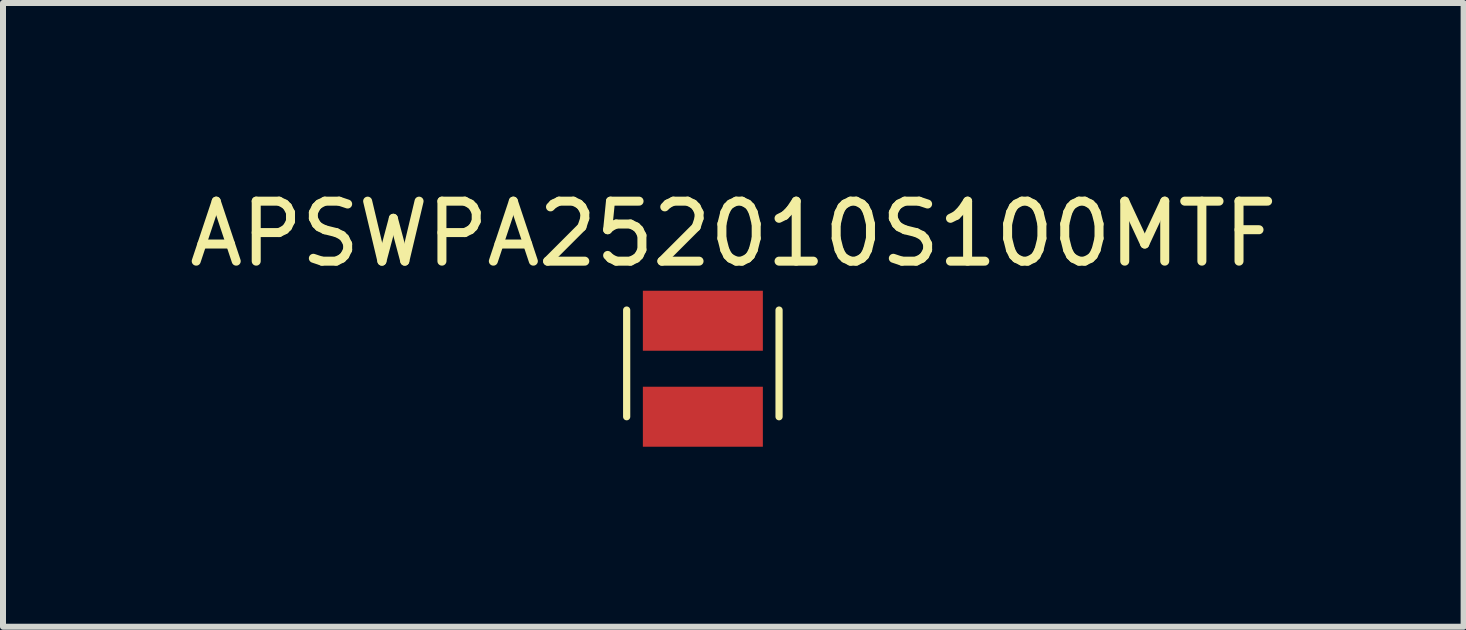
<source format=kicad_pcb>
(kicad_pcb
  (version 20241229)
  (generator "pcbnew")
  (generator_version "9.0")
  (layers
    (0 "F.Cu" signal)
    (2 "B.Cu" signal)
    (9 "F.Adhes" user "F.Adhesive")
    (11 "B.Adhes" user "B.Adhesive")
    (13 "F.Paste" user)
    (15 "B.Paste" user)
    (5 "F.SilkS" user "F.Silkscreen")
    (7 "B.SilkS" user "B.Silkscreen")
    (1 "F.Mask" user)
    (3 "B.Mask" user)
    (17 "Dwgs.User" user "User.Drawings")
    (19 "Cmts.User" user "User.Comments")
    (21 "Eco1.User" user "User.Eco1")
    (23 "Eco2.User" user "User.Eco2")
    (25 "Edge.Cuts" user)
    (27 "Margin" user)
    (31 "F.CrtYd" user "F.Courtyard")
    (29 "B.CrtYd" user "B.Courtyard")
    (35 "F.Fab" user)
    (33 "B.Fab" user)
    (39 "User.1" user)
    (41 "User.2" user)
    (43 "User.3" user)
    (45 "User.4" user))
  (footprint "APSWPA252010S100MTF"
    (layer "F.Cu")
    (at 8.665 3.896)
    (property "Reference" "APSWPA252010S100MTF" (at 0.508 -3.048 0) (unlocked yes) (layer "F.SilkS") (effects (font (size 1 1) (thickness 0.15))))
    (attr smd)
    (fp_line (start -1.27 -1.778) (end -1.27 0) (stroke (width 0.12) (type solid)) (layer "F.SilkS"))
    (fp_line (start 1.27 -1.778) (end 1.27 0) (stroke (width 0.12) (type solid)) (layer "F.SilkS"))
    (pad "1" smd rect (at 0 0) (size 2 1) (layers "F.Cu" "F.Mask" "F.Paste"))
    (pad "2" smd rect (at 0 -1.6) (size 2 1) (layers "F.Cu" "F.Mask" "F.Paste")))
  (gr_rect
    (start -3 -3)
    (end 21.345 7.396)
    (stroke (width 0.1) (type default))
    (fill no)
    (layer "Edge.Cuts")))
</source>
